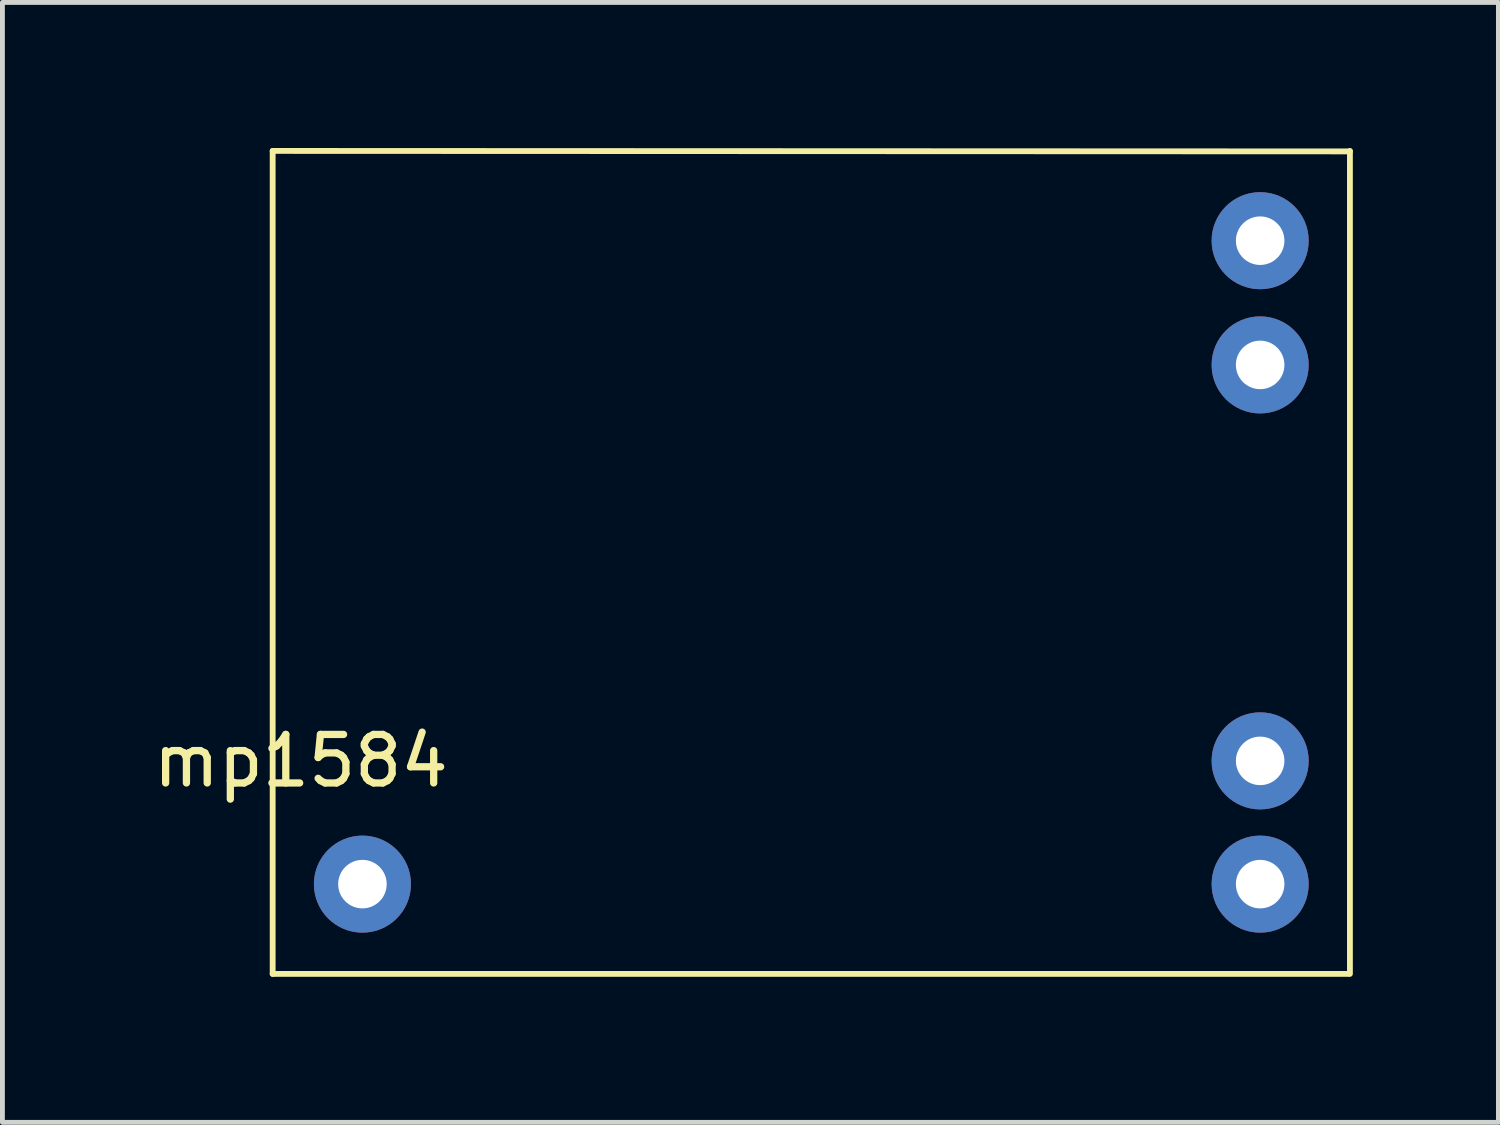
<source format=kicad_pcb>
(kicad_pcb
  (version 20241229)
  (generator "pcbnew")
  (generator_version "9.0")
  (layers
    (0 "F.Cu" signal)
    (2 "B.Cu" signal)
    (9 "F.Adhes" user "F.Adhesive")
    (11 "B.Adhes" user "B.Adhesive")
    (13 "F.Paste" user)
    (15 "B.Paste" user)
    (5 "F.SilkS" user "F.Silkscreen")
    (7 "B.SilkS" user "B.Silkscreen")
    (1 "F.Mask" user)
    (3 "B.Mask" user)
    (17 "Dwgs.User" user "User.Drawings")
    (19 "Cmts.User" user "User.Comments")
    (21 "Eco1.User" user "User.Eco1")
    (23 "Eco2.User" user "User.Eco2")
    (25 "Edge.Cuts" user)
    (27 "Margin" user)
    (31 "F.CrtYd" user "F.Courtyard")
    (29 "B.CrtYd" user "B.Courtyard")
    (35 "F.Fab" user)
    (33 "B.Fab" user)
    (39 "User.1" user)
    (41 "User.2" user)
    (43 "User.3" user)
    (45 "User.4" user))
  (footprint "mp1584"
    (layer "F.Cu")
    (at 4.419 15.17)
    (property "Reference" "mp1584" (at -1.27 -2.54 0) (layer "F.SilkS") (effects (font (size 1 1) (thickness 0.15))))
    (attr through_hole)
    (fp_line (start -1.85 -15.11) (end 20.35 -15.1) (stroke (width 0.12) (type solid)) (layer "F.SilkS"))
    (fp_line (start -1.85 1.85) (end -1.85 -15.11) (stroke (width 0.12) (type solid)) (layer "F.SilkS"))
    (fp_line (start 20.32 1.85) (end -1.85 1.85) (stroke (width 0.12) (type solid)) (layer "F.SilkS"))
    (fp_line (start 20.35 -15.11) (end 20.35 1.85) (stroke (width 0.12) (type solid)) (layer "F.SilkS"))
    (pad "1" thru_hole circle (at 18.5 -13.26) (size 2 2) (drill 1) (layers "*.Cu" "*.Mask"))
    (pad "1" thru_hole circle (at 18.5 -10.7) (size 2 2) (drill 1) (layers "*.Cu" "*.Mask"))
    (pad "2" thru_hole circle (at 0 0) (size 2 2) (drill 1) (layers "*.Cu" "*.Mask"))
    (pad "3" thru_hole circle (at 18.5 -2.54) (size 2 2) (drill 1) (layers "*.Cu" "*.Mask"))
    (pad "3" thru_hole circle (at 18.5 0) (size 2 2) (drill 1) (layers "*.Cu" "*.Mask")))
  (gr_rect
    (start -3 -3)
    (end 27.829 20.08)
    (stroke (width 0.1) (type default))
    (fill no)
    (layer "Edge.Cuts")))
</source>
